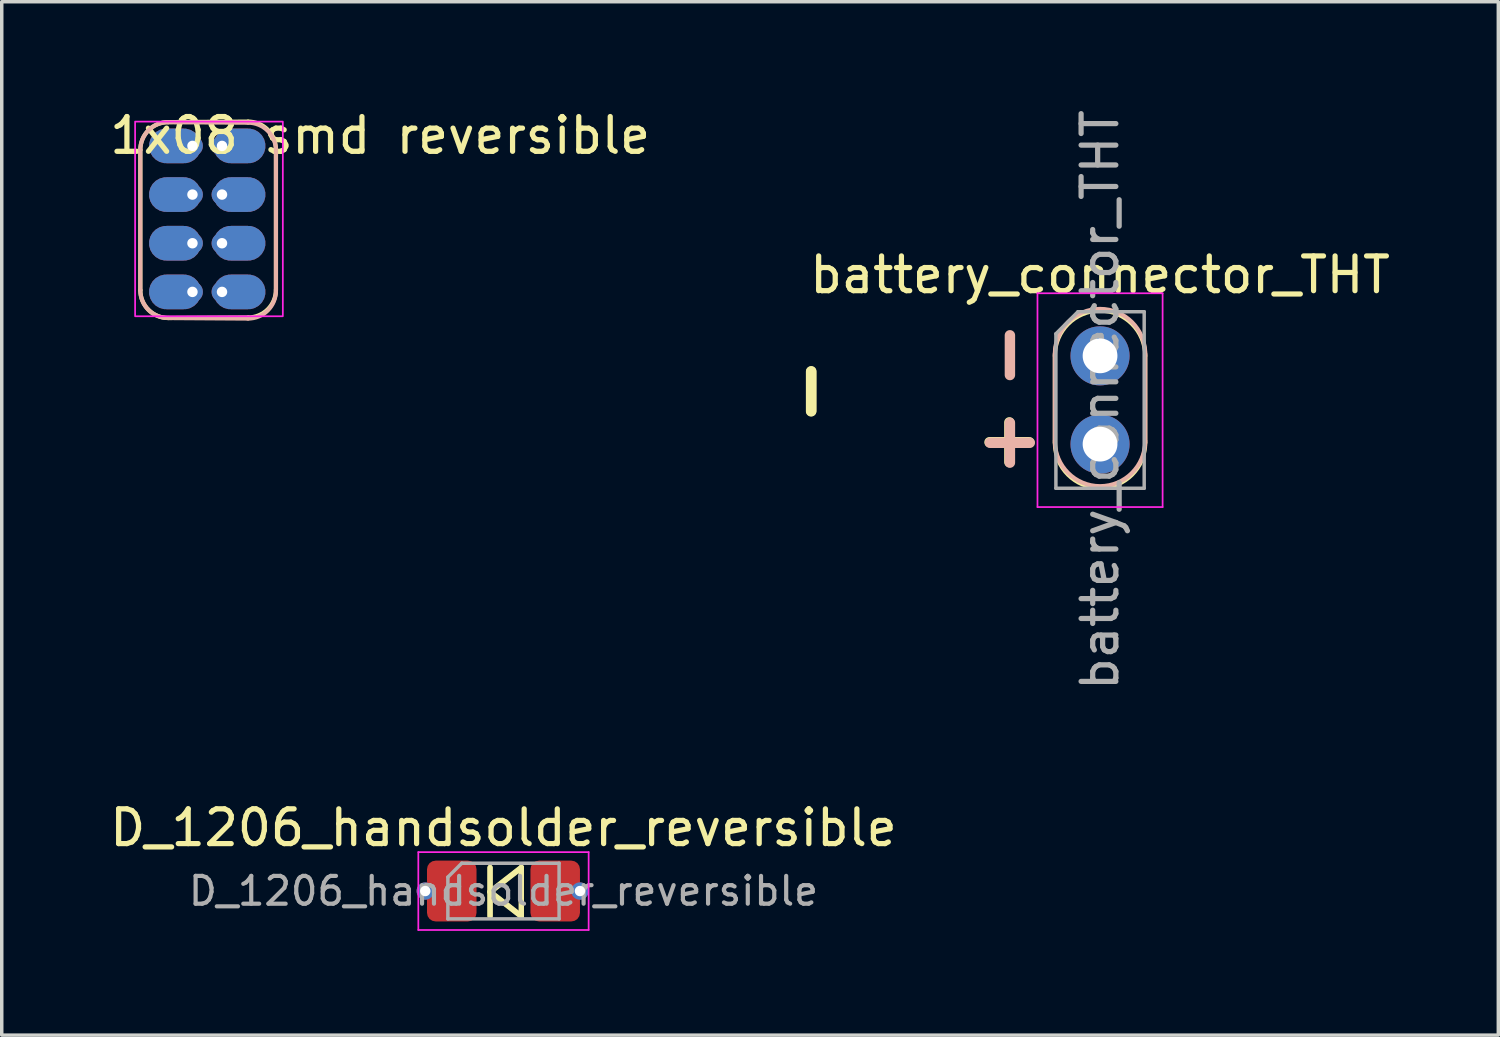
<source format=kicad_pcb>
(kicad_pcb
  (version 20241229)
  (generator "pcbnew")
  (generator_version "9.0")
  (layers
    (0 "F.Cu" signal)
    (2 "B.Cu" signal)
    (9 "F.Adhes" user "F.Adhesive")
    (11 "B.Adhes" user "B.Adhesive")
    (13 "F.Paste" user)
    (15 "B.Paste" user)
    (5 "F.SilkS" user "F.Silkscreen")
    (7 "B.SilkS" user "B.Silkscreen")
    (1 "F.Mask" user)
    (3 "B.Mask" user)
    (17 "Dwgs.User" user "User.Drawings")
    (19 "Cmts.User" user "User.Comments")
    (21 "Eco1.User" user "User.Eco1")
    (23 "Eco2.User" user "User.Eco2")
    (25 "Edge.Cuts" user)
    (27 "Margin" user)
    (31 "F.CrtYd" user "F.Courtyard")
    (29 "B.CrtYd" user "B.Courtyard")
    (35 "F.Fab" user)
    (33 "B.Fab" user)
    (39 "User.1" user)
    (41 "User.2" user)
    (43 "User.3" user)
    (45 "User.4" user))
  (footprint "D_1206_handsolder_reversible"
    (layer "F.Cu")
    (at 11.435 22.585)
    (property "Reference" "D_1206_handsolder_reversible" (at 0 -1.82 0) (layer "F.SilkS") (effects (font (size 1 1) (thickness 0.15))))
    (attr smd)
    (fp_line (start -0.386 -0.684) (end -0.386 0.716) (stroke (width 0.15) (type solid)) (layer "F.SilkS"))
    (fp_line (start -0.386 0.016) (end 0.514 -0.684) (stroke (width 0.15) (type solid)) (layer "F.SilkS"))
    (fp_line (start -0.386 0.034) (end 0.514 0.734) (stroke (width 0.15) (type solid)) (layer "F.SilkS"))
    (fp_line (start -0.386 0.734) (end -0.386 -0.666) (stroke (width 0.15) (type solid)) (layer "F.SilkS"))
    (fp_line (start 0.514 -0.684) (end 0.514 0.716) (stroke (width 0.15) (type solid)) (layer "F.SilkS"))
    (fp_line (start 0.514 -0.666) (end -0.386 0.034) (stroke (width 0.15) (type solid)) (layer "F.SilkS"))
    (fp_line (start 0.514 0.716) (end -0.386 0.016) (stroke (width 0.15) (type solid)) (layer "F.SilkS"))
    (fp_line (start 0.514 0.734) (end 0.514 -0.666) (stroke (width 0.15) (type solid)) (layer "F.SilkS"))
    (fp_line (start -2.45 -1.12) (end 2.45 -1.12) (stroke (width 0.05) (type solid)) (layer "F.CrtYd"))
    (fp_line (start -2.45 1.12) (end -2.45 -1.12) (stroke (width 0.05) (type solid)) (layer "F.CrtYd"))
    (fp_line (start 2.45 -1.12) (end 2.45 1.12) (stroke (width 0.05) (type solid)) (layer "F.CrtYd"))
    (fp_line (start 2.45 1.12) (end -2.45 1.12) (stroke (width 0.05) (type solid)) (layer "F.CrtYd"))
    (fp_line (start -1.6 -0.4) (end -1.6 0.8) (stroke (width 0.1) (type solid)) (layer "F.Fab"))
    (fp_line (start -1.6 0.8) (end 1.6 0.8) (stroke (width 0.1) (type solid)) (layer "F.Fab"))
    (fp_line (start -1.2 -0.8) (end -1.6 -0.4) (stroke (width 0.1) (type solid)) (layer "F.Fab"))
    (fp_line (start 1.6 -0.8) (end -1.2 -0.8) (stroke (width 0.1) (type solid)) (layer "F.Fab"))
    (fp_line (start 1.6 0.8) (end 1.6 -0.8) (stroke (width 0.1) (type solid)) (layer "F.Fab"))
    (fp_text user "${REFERENCE}" (at 0 0 0) (layer "F.Fab") (effects (font (size 0.8 0.8) (thickness 0.12))))
    (pad "1" thru_hole circle (at -2.25 0) (size 0.5 0.5) (drill 0.3) (layers "*.Cu" "*.Mask"))
    (pad "1" smd roundrect (at -1.488 0) (size 1.425 1.75) (layers "F.Cu" "F.Mask" "F.Paste") (roundrect_rratio 0.175))
    (pad "2" smd roundrect (at 1.488 0) (size 1.425 1.75) (layers "F.Cu" "F.Mask" "F.Paste") (roundrect_rratio 0.175))
    (pad "2" thru_hole circle (at 2.2 0) (size 0.5 0.5) (drill 0.3) (layers "*.Cu" "*.Mask")))
  (footprint "battery_connector_THT"
    (layer "F.Cu")
    (at 28.598 7.188)
    (property "Reference" "battery_connector_THT" (at 0 -2.33 180) (layer "F.SilkS") (effects (font (size 1 1) (thickness 0.15))))
    (attr through_hole)
    (fp_line (start -1.3 2.5) (end -1.3 0) (stroke (width 0.12) (type solid)) (layer "F.SilkS"))
    (fp_line (start 1.3 0) (end 1.3 2.5) (stroke (width 0.12) (type solid)) (layer "F.SilkS"))
    (fp_arc (start -1.3 0) (mid 0 -1.3) (end 1.3 0) (stroke (width 0.12) (type solid)) (layer "F.SilkS"))
    (fp_arc (start 1.3 2.5) (mid 0 3.8) (end -1.3 2.5) (stroke (width 0.12) (type solid)) (layer "F.SilkS"))
    (fp_line (start -1.3 -0.05) (end -1.3 2.45) (stroke (width 0.12) (type solid)) (layer "B.SilkS"))
    (fp_line (start 1.3 2.45) (end 1.3 -0.05) (stroke (width 0.12) (type solid)) (layer "B.SilkS"))
    (fp_arc (start -1.3 -0.05) (mid 0 -1.35) (end 1.3 -0.05) (stroke (width 0.12) (type solid)) (layer "B.SilkS"))
    (fp_arc (start 1.3 2.45) (mid 0 3.75) (end -1.3 2.45) (stroke (width 0.12) (type solid)) (layer "B.SilkS"))
    (fp_line (start -1.8 -1.8) (end -1.8 4.35) (stroke (width 0.05) (type solid)) (layer "F.CrtYd"))
    (fp_line (start -1.8 4.35) (end 1.8 4.35) (stroke (width 0.05) (type solid)) (layer "F.CrtYd"))
    (fp_line (start 1.8 -1.8) (end -1.8 -1.8) (stroke (width 0.05) (type solid)) (layer "F.CrtYd"))
    (fp_line (start 1.8 4.35) (end 1.8 -1.8) (stroke (width 0.05) (type solid)) (layer "F.CrtYd"))
    (fp_line (start -1.27 -0.635) (end -0.635 -1.27) (stroke (width 0.1) (type solid)) (layer "F.Fab"))
    (fp_line (start -1.27 3.81) (end -1.27 -0.635) (stroke (width 0.1) (type solid)) (layer "F.Fab"))
    (fp_line (start -0.635 -1.27) (end 1.27 -1.27) (stroke (width 0.1) (type solid)) (layer "F.Fab"))
    (fp_line (start 1.27 -1.27) (end 1.27 3.81) (stroke (width 0.1) (type solid)) (layer "F.Fab"))
    (fp_line (start 1.27 3.81) (end -1.27 3.81) (stroke (width 0.1) (type solid)) (layer "F.Fab"))
    (fp_text user "-" (at -8.415 1.015 90) (layer "F.SilkS") (effects (font (size 1.5 1.5) (thickness 0.3))))
    (fp_text user "+" (at -2.715 2.485 90) (layer "F.SilkS") (effects (font (size 1.5 1.5) (thickness 0.3))))
    (fp_text user "-" (at -8.42 1.025 90) (layer "F.SilkS") (effects (font (size 1.5 1.5) (thickness 0.3)) (justify mirror)))
    (fp_text user "-" (at -2.7 -0.02 90) (layer "B.SilkS") (effects (font (size 1.5 1.5) (thickness 0.3)) (justify mirror)))
    (fp_text user "+" (at -2.7 2.5 90) (layer "B.SilkS") (effects (font (size 1.5 1.5) (thickness 0.3)) (justify mirror)))
    (fp_text user "${REFERENCE}" (at 0 1.27 90) (layer "F.Fab") (effects (font (size 1 1) (thickness 0.15))))
    (pad "+" thru_hole oval (at 0 2.54) (size 1.7 1.7) (drill 1) (layers "*.Cu" "*.Mask"))
    (pad "-" thru_hole circle (at 0 0) (size 1.7 1.7) (drill 1) (layers "*.Cu" "*.Mask")))
  (footprint "1x08 smd reversible"
    (layer "F.Cu")
    (at 2.887 3.398)
    (property "Reference" "1x08 smd reversible" (at 5 -2.55 180) (layer "F.SilkS") (effects (font (size 1 1) (thickness 0.15))))
    (attr exclude_from_pos_files)
    (fp_line (start -1.9 1.9) (end -1.9 -2.133) (stroke (width 0.12) (type solid)) (layer "F.SilkS"))
    (fp_line (start -1.1 -2.935) (end 1.2 -2.95) (stroke (width 0.12) (type solid)) (layer "F.SilkS"))
    (fp_line (start 1.202 2.685) (end -1.098 2.7) (stroke (width 0.12) (type solid)) (layer "F.SilkS"))
    (fp_line (start 2.002 1.883) (end 2.002 -2.15) (stroke (width 0.12) (type solid)) (layer "F.SilkS"))
    (fp_arc (start -1.899999 -2.133307) (mid -1.666237 -2.7) (end -1.1 -2.934867) (stroke (width 0.12) (type solid)) (layer "F.SilkS"))
    (fp_arc (start -1.09844 2.699999) (mid -1.665134 2.466237) (end -1.9 1.9) (stroke (width 0.12) (type solid)) (layer "F.SilkS"))
    (fp_arc (start 1.2 -2.95) (mid 1.766694 -2.716238) (end 2.00156 -2.150001) (stroke (width 0.12) (type solid)) (layer "F.SilkS"))
    (fp_arc (start 2.001559 1.883306) (mid 1.767797 2.45) (end 1.20156 2.684866) (stroke (width 0.12) (type solid)) (layer "F.SilkS"))
    (fp_line (start -1.9 1.9) (end -1.9 -2.133) (stroke (width 0.12) (type solid)) (layer "B.SilkS"))
    (fp_line (start -1.1 2.702) (end 1.2 2.717) (stroke (width 0.12) (type solid)) (layer "B.SilkS"))
    (fp_line (start 1.202 -2.918) (end -1.098 -2.933) (stroke (width 0.12) (type solid)) (layer "B.SilkS"))
    (fp_line (start 2.002 1.917) (end 2.002 -2.117) (stroke (width 0.12) (type solid)) (layer "B.SilkS"))
    (fp_arc (start -1.900001 -2.133307) (mid -1.665135 -2.699544) (end -1.098441 -2.933306) (stroke (width 0.12) (type solid)) (layer "B.SilkS"))
    (fp_arc (start -1.100001 2.70156) (mid -1.666238 2.466694) (end -1.9 1.9) (stroke (width 0.12) (type solid)) (layer "B.SilkS"))
    (fp_arc (start 1.201559 -2.918173) (mid 1.767795 -2.683306) (end 2.001558 -2.116613) (stroke (width 0.12) (type solid)) (layer "B.SilkS"))
    (fp_arc (start 2.001559 1.916694) (mid 1.766693 2.482931) (end 1.199999 2.716693) (stroke (width 0.12) (type solid)) (layer "B.SilkS"))
    (fp_rect (start -2.05 -2.95) (end 2.2 2.65) (stroke (width 0.05) (type solid)) (fill no) (layer "F.CrtYd"))
    (pad "1" smd custom (at -0.9 -2.25 90) (size 1 0.5) (layers "F.Cu" "F.Mask") (options (anchor rect)) (primitives (gr_circle (center 0 0.25) (end 0.5 0.25) (width 0) (fill yes)) (gr_circle (center 0 -0.25) (end 0.5 -0.25) (width 0) (fill yes))))
    (pad "1" smd custom (at -0.9 -2.25 270) (size 1 0.5) (layers "B.Cu" "B.Mask") (options (anchor rect)) (primitives (gr_circle (center 0 0.25) (end -0.5 0.25) (width 0) (fill yes)) (gr_circle (center 0 -0.25) (end -0.5 -0.25) (width 0) (fill yes))))
    (pad "1" thru_hole circle (at -0.4 -2.25 90) (size 0.6 0.6) (drill 0.3) (layers "*.Cu" "*.Mask"))
    (pad "2" smd custom (at -0.9 -0.85 90) (size 1 0.5) (layers "F.Cu" "F.Mask") (options (anchor rect)) (primitives (gr_circle (center 0 0.25) (end 0.5 0.25) (width 0) (fill yes)) (gr_circle (center 0 -0.25) (end 0.5 -0.25) (width 0) (fill yes))))
    (pad "2" smd custom (at -0.9 -0.85 270) (size 1 0.5) (layers "B.Cu" "B.Mask") (options (anchor rect)) (primitives (gr_circle (center 0 0.25) (end -0.5 0.25) (width 0) (fill yes)) (gr_circle (center 0 -0.25) (end -0.5 -0.25) (width 0) (fill yes))))
    (pad "2" thru_hole circle (at -0.4 -0.85 90) (size 0.6 0.6) (drill 0.3) (layers "*.Cu" "*.Mask"))
    (pad "3" smd custom (at -0.9 0.55 90) (size 1 0.5) (layers "F.Cu" "F.Mask") (options (anchor rect)) (primitives (gr_circle (center 0 0.25) (end 0.5 0.25) (width 0) (fill yes)) (gr_circle (center 0 -0.25) (end 0.5 -0.25) (width 0) (fill yes))))
    (pad "3" smd custom (at -0.9 0.55 270) (size 1 0.5) (layers "B.Cu" "B.Mask") (options (anchor rect)) (primitives (gr_circle (center 0 0.25) (end -0.5 0.25) (width 0) (fill yes)) (gr_circle (center 0 -0.25) (end -0.5 -0.25) (width 0) (fill yes))))
    (pad "3" thru_hole circle (at -0.4 0.55 90) (size 0.6 0.6) (drill 0.3) (layers "*.Cu" "*.Mask"))
    (pad "4" smd custom (at -0.9 1.95 90) (size 1 0.5) (layers "F.Cu" "F.Mask") (options (anchor rect)) (primitives (gr_circle (center 0 0.25) (end 0.5 0.25) (width 0) (fill yes)) (gr_circle (center 0 -0.25) (end 0.5 -0.25) (width 0) (fill yes))))
    (pad "4" smd custom (at -0.9 1.95 270) (size 1 0.5) (layers "B.Cu" "B.Mask") (options (anchor rect)) (primitives (gr_circle (center 0 0.25) (end -0.5 0.25) (width 0) (fill yes)) (gr_circle (center 0 -0.25) (end -0.5 -0.25) (width 0) (fill yes))))
    (pad "4" thru_hole circle (at -0.4 1.95 90) (size 0.6 0.6) (drill 0.3) (layers "*.Cu" "*.Mask"))
    (pad "5" thru_hole circle (at 0.45 -2.25 90) (size 0.6 0.6) (drill 0.3) (layers "*.Cu" "*.Mask"))
    (pad "5" smd custom (at 0.95 -2.25 90) (size 1 0.5) (layers "F.Cu" "F.Mask") (options (anchor rect)) (primitives (gr_circle (center 0 0.25) (end 0.5 0.25) (width 0) (fill yes)) (gr_circle (center 0 -0.25) (end 0.5 -0.25) (width 0) (fill yes))))
    (pad "5" smd custom (at 0.95 -2.25 270) (size 1 0.5) (layers "B.Cu" "B.Mask") (options (anchor rect)) (primitives (gr_circle (center 0 0.25) (end -0.5 0.25) (width 0) (fill yes)) (gr_circle (center 0 -0.25) (end -0.5 -0.25) (width 0) (fill yes))))
    (pad "6" thru_hole circle (at 0.45 -0.85 90) (size 0.6 0.6) (drill 0.3) (layers "*.Cu" "*.Mask"))
    (pad "6" smd custom (at 0.95 -0.85 90) (size 1 0.5) (layers "F.Cu" "F.Mask") (options (anchor rect)) (primitives (gr_circle (center 0 0.25) (end 0.5 0.25) (width 0) (fill yes)) (gr_circle (center 0 -0.25) (end 0.5 -0.25) (width 0) (fill yes))))
    (pad "6" smd custom (at 0.95 -0.85 270) (size 1 0.5) (layers "B.Cu" "B.Mask") (options (anchor rect)) (primitives (gr_circle (center 0 0.25) (end -0.5 0.25) (width 0) (fill yes)) (gr_circle (center 0 -0.25) (end -0.5 -0.25) (width 0) (fill yes))))
    (pad "7" thru_hole circle (at 0.45 0.55 90) (size 0.6 0.6) (drill 0.3) (layers "*.Cu" "*.Mask"))
    (pad "7" smd custom (at 0.95 0.55 90) (size 1 0.5) (layers "F.Cu" "F.Mask") (options (anchor rect)) (primitives (gr_circle (center 0 0.25) (end 0.5 0.25) (width 0) (fill yes)) (gr_circle (center 0 -0.25) (end 0.5 -0.25) (width 0) (fill yes))))
    (pad "7" smd custom (at 0.95 0.55 270) (size 1 0.5) (layers "B.Cu" "B.Mask") (options (anchor rect)) (primitives (gr_circle (center 0 0.25) (end -0.5 0.25) (width 0) (fill yes)) (gr_circle (center 0 -0.25) (end -0.5 -0.25) (width 0) (fill yes))))
    (pad "8" thru_hole circle (at 0.45 1.95 90) (size 0.6 0.6) (drill 0.3) (layers "*.Cu" "*.Mask"))
    (pad "8" smd custom (at 0.95 1.95 90) (size 1 0.5) (layers "F.Cu" "F.Mask") (options (anchor rect)) (primitives (gr_circle (center 0 0.25) (end 0.5 0.25) (width 0) (fill yes)) (gr_circle (center 0 -0.25) (end 0.5 -0.25) (width 0) (fill yes))))
    (pad "8" smd custom (at 0.95 1.95 270) (size 1 0.5) (layers "B.Cu" "B.Mask") (options (anchor rect)) (primitives (gr_circle (center 0 0.25) (end -0.5 0.25) (width 0) (fill yes)) (gr_circle (center 0 -0.25) (end -0.5 -0.25) (width 0) (fill yes)))))
  (gr_rect
    (start -3 -3)
    (end 40.056 26.73)
    (stroke (width 0.1) (type default))
    (fill no)
    (layer "Edge.Cuts")))
</source>
